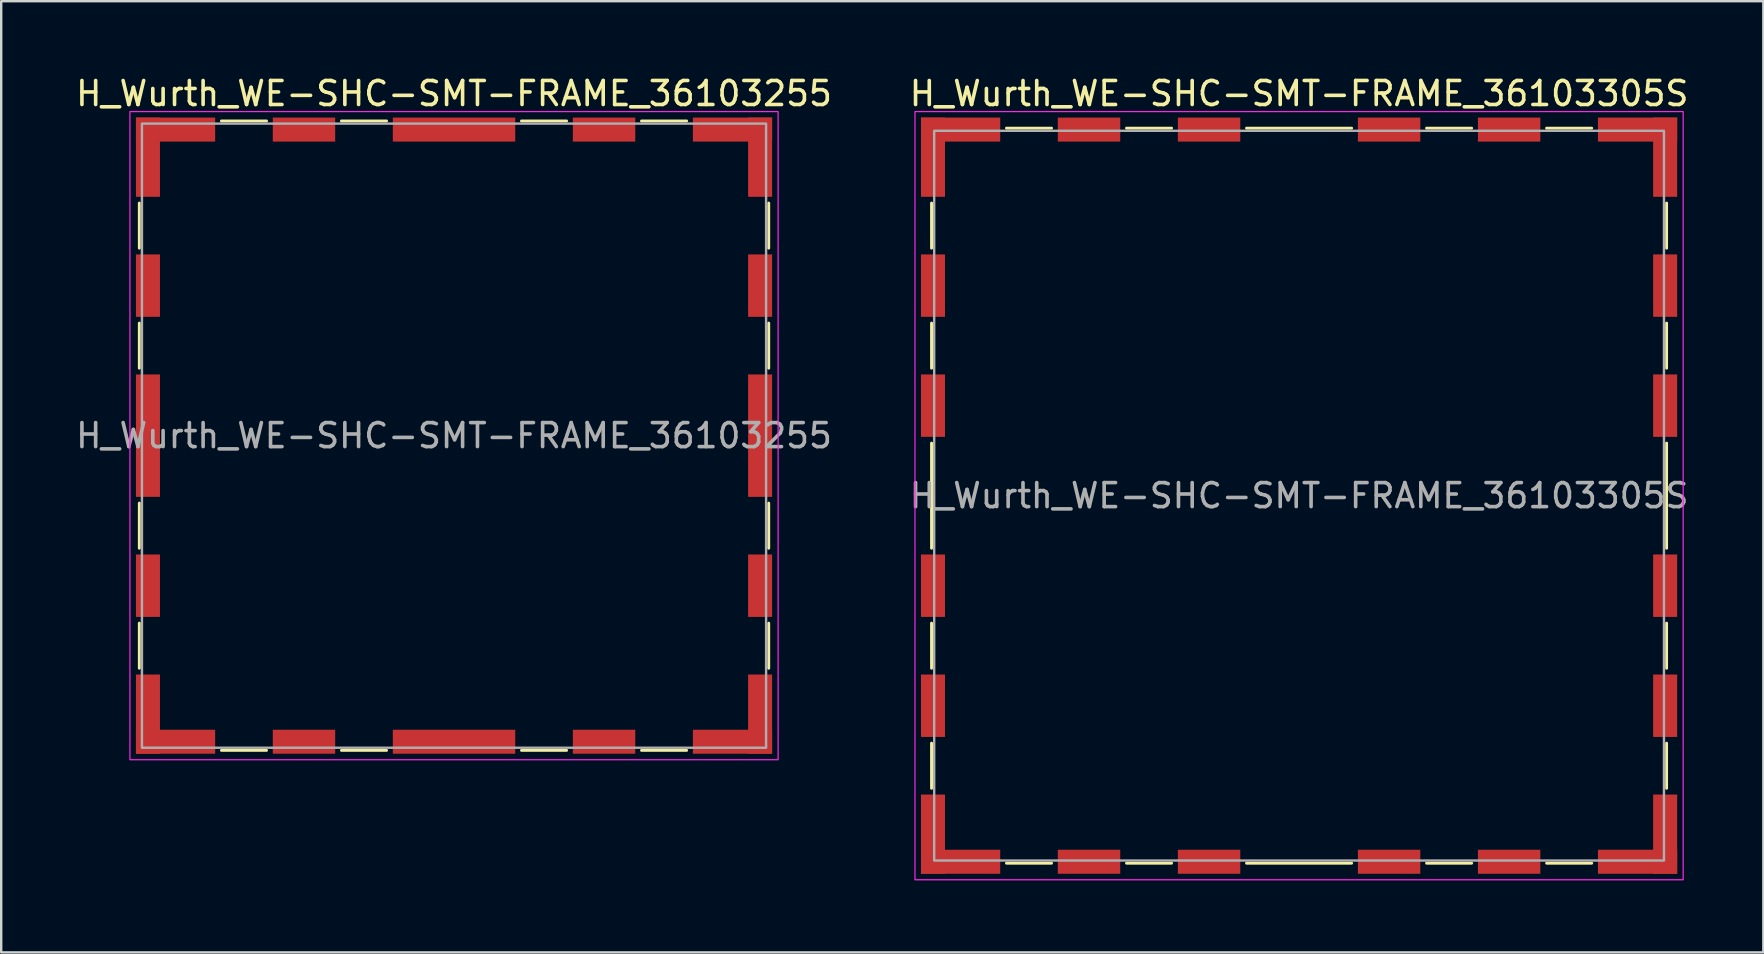
<source format=kicad_pcb>
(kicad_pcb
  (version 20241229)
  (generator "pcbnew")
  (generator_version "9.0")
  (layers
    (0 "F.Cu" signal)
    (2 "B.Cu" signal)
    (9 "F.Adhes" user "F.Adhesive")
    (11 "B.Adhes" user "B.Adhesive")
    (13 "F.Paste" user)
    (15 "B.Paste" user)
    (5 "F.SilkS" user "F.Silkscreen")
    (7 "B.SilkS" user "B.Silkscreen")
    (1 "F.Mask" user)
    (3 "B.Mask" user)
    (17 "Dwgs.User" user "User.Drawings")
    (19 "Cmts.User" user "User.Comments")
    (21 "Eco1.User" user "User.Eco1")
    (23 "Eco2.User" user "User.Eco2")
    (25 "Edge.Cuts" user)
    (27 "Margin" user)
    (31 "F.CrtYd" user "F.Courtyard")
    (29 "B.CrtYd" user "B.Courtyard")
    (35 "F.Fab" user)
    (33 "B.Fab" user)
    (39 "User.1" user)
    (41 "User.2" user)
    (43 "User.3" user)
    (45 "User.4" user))
  (footprint "H_Wurth_WE-SHC-SMT-FRAME_36103305S"
    (layer "F.Cu")
    (at 51.065 17.598)
    (property "Reference" "H_Wurth_WE-SHC-SMT-FRAME_36103305S" (at 0 -16.75 0) (unlocked yes) (layer "F.SilkS") (effects (font (size 1 1) (thickness 0.15))))
    (attr smd)
    (fp_line (start -15.31 -10.31) (end -15.31 -12.19) (stroke (width 0.12) (type default)) (layer "F.SilkS"))
    (fp_line (start -15.31 -5.31) (end -15.31 -7.19) (stroke (width 0.12) (type default)) (layer "F.SilkS"))
    (fp_line (start -15.31 2.19) (end -15.31 -2.19) (stroke (width 0.12) (type default)) (layer "F.SilkS"))
    (fp_line (start -15.31 7.19) (end -15.31 5.31) (stroke (width 0.12) (type default)) (layer "F.SilkS"))
    (fp_line (start -15.31 12.19) (end -15.31 10.31) (stroke (width 0.12) (type default)) (layer "F.SilkS"))
    (fp_line (start -12.19 -15.31) (end -10.31 -15.31) (stroke (width 0.12) (type default)) (layer "F.SilkS"))
    (fp_line (start -12.19 15.31) (end -10.31 15.31) (stroke (width 0.12) (type default)) (layer "F.SilkS"))
    (fp_line (start -7.19 -15.31) (end -5.31 -15.31) (stroke (width 0.12) (type default)) (layer "F.SilkS"))
    (fp_line (start -7.19 15.31) (end -5.31 15.31) (stroke (width 0.12) (type default)) (layer "F.SilkS"))
    (fp_line (start -2.19 -15.31) (end 2.19 -15.31) (stroke (width 0.12) (type default)) (layer "F.SilkS"))
    (fp_line (start -2.19 15.31) (end 2.19 15.31) (stroke (width 0.12) (type default)) (layer "F.SilkS"))
    (fp_line (start 5.31 -15.31) (end 7.19 -15.31) (stroke (width 0.12) (type default)) (layer "F.SilkS"))
    (fp_line (start 5.31 15.31) (end 7.19 15.31) (stroke (width 0.12) (type default)) (layer "F.SilkS"))
    (fp_line (start 10.31 -15.31) (end 12.19 -15.31) (stroke (width 0.12) (type default)) (layer "F.SilkS"))
    (fp_line (start 10.31 15.31) (end 12.19 15.31) (stroke (width 0.12) (type default)) (layer "F.SilkS"))
    (fp_line (start 15.31 -10.31) (end 15.31 -12.19) (stroke (width 0.12) (type default)) (layer "F.SilkS"))
    (fp_line (start 15.31 -5.31) (end 15.31 -7.19) (stroke (width 0.12) (type default)) (layer "F.SilkS"))
    (fp_line (start 15.31 2.19) (end 15.31 -2.19) (stroke (width 0.12) (type default)) (layer "F.SilkS"))
    (fp_line (start 15.31 7.19) (end 15.31 5.31) (stroke (width 0.12) (type default)) (layer "F.SilkS"))
    (fp_line (start 15.31 12.19) (end 15.31 10.31) (stroke (width 0.12) (type default)) (layer "F.SilkS"))
    (fp_rect (start -16 -16) (end 16 16) (stroke (width 0.05) (type solid)) (fill no) (layer "F.CrtYd"))
    (fp_rect (start -15.2 -15.2) (end 15.2 15.2) (stroke (width 0.1) (type solid)) (fill no) (layer "F.Fab"))
    (fp_text user "${REFERENCE}" (at 0 0 0) (unlocked yes) (layer "F.Fab") (effects (font (size 1 1) (thickness 0.15))))
    (pad "1" smd rect (at -15.25 -14.1) (size 1 3.3) (layers "F.Cu" "F.Mask" "F.Paste"))
    (pad "1" smd rect (at -15.25 -8.75) (size 1 2.6) (layers "F.Cu" "F.Mask" "F.Paste"))
    (pad "1" smd rect (at -15.25 -3.75) (size 1 2.6) (layers "F.Cu" "F.Mask" "F.Paste"))
    (pad "1" smd rect (at -15.25 3.75) (size 1 2.6) (layers "F.Cu" "F.Mask" "F.Paste"))
    (pad "1" smd rect (at -15.25 8.75) (size 1 2.6) (layers "F.Cu" "F.Mask" "F.Paste"))
    (pad "1" smd rect (at -15.25 14.1) (size 1 3.3) (layers "F.Cu" "F.Mask" "F.Paste"))
    (pad "1" smd rect (at -14.1 -15.25) (size 3.3 1) (layers "F.Cu" "F.Mask" "F.Paste"))
    (pad "1" smd rect (at -14.1 15.25) (size 3.3 1) (layers "F.Cu" "F.Mask" "F.Paste"))
    (pad "1" smd rect (at -8.75 -15.25) (size 2.6 1) (layers "F.Cu" "F.Mask" "F.Paste"))
    (pad "1" smd rect (at -8.75 15.25) (size 2.6 1) (layers "F.Cu" "F.Mask" "F.Paste"))
    (pad "1" smd rect (at -3.75 -15.25) (size 2.6 1) (layers "F.Cu" "F.Mask" "F.Paste"))
    (pad "1" smd rect (at -3.75 15.25) (size 2.6 1) (layers "F.Cu" "F.Mask" "F.Paste"))
    (pad "1" smd rect (at 3.75 -15.25) (size 2.6 1) (layers "F.Cu" "F.Mask" "F.Paste"))
    (pad "1" smd rect (at 3.75 15.25) (size 2.6 1) (layers "F.Cu" "F.Mask" "F.Paste"))
    (pad "1" smd rect (at 8.75 -15.25) (size 2.6 1) (layers "F.Cu" "F.Mask" "F.Paste"))
    (pad "1" smd rect (at 8.75 15.25) (size 2.6 1) (layers "F.Cu" "F.Mask" "F.Paste"))
    (pad "1" smd rect (at 14.1 -15.25) (size 3.3 1) (layers "F.Cu" "F.Mask" "F.Paste"))
    (pad "1" smd rect (at 14.1 15.25) (size 3.3 1) (layers "F.Cu" "F.Mask" "F.Paste"))
    (pad "1" smd rect (at 15.25 -14.1) (size 1 3.3) (layers "F.Cu" "F.Mask" "F.Paste"))
    (pad "1" smd rect (at 15.25 -8.75) (size 1 2.6) (layers "F.Cu" "F.Mask" "F.Paste"))
    (pad "1" smd rect (at 15.25 -3.75) (size 1 2.6) (layers "F.Cu" "F.Mask" "F.Paste"))
    (pad "1" smd rect (at 15.25 3.75) (size 1 2.6) (layers "F.Cu" "F.Mask" "F.Paste"))
    (pad "1" smd rect (at 15.25 8.75) (size 1 2.6) (layers "F.Cu" "F.Mask" "F.Paste"))
    (pad "1" smd rect (at 15.25 14.1) (size 1 3.3) (layers "F.Cu" "F.Mask" "F.Paste")))
  (footprint "H_Wurth_WE-SHC-SMT-FRAME_36103255"
    (layer "F.Cu")
    (at 15.863 15.098)
    (property "Reference" "H_Wurth_WE-SHC-SMT-FRAME_36103255" (at 0 -14.25 0) (unlocked yes) (layer "F.SilkS") (effects (font (size 1 1) (thickness 0.15))))
    (attr smd)
    (fp_line (start -13.11 -7.81) (end -13.11 -9.69) (stroke (width 0.12) (type default)) (layer "F.SilkS"))
    (fp_line (start -13.11 -2.81) (end -13.11 -4.69) (stroke (width 0.12) (type default)) (layer "F.SilkS"))
    (fp_line (start -13.11 4.69) (end -13.11 2.81) (stroke (width 0.12) (type default)) (layer "F.SilkS"))
    (fp_line (start -13.11 9.69) (end -13.11 7.81) (stroke (width 0.12) (type default)) (layer "F.SilkS"))
    (fp_line (start -9.69 -13.11) (end -7.81 -13.11) (stroke (width 0.12) (type default)) (layer "F.SilkS"))
    (fp_line (start -9.69 13.11) (end -7.81 13.11) (stroke (width 0.12) (type default)) (layer "F.SilkS"))
    (fp_line (start -4.69 -13.11) (end -2.81 -13.11) (stroke (width 0.12) (type default)) (layer "F.SilkS"))
    (fp_line (start -4.69 13.11) (end -2.81 13.11) (stroke (width 0.12) (type default)) (layer "F.SilkS"))
    (fp_line (start 2.81 -13.11) (end 4.69 -13.11) (stroke (width 0.12) (type default)) (layer "F.SilkS"))
    (fp_line (start 2.81 13.11) (end 4.69 13.11) (stroke (width 0.12) (type default)) (layer "F.SilkS"))
    (fp_line (start 7.81 -13.11) (end 9.69 -13.11) (stroke (width 0.12) (type default)) (layer "F.SilkS"))
    (fp_line (start 7.81 13.11) (end 9.69 13.11) (stroke (width 0.12) (type default)) (layer "F.SilkS"))
    (fp_line (start 13.11 -7.81) (end 13.11 -9.69) (stroke (width 0.12) (type default)) (layer "F.SilkS"))
    (fp_line (start 13.11 -2.81) (end 13.11 -4.69) (stroke (width 0.12) (type default)) (layer "F.SilkS"))
    (fp_line (start 13.11 4.69) (end 13.11 2.81) (stroke (width 0.12) (type default)) (layer "F.SilkS"))
    (fp_line (start 13.11 9.69) (end 13.11 7.81) (stroke (width 0.12) (type default)) (layer "F.SilkS"))
    (fp_rect (start -13.5 -13.5) (end 13.5 13.5) (stroke (width 0.05) (type solid)) (fill no) (layer "F.CrtYd"))
    (fp_rect (start -13 -13) (end 13 13) (stroke (width 0.1) (type solid)) (fill no) (layer "F.Fab"))
    (fp_text user "${REFERENCE}" (at 0 0 0) (unlocked yes) (layer "F.Fab") (effects (font (size 1 1) (thickness 0.15))))
    (pad "1" smd rect (at -12.75 -11.6) (size 1 3.3) (layers "F.Cu" "F.Mask" "F.Paste"))
    (pad "1" smd rect (at -12.75 -6.25) (size 1 2.6) (layers "F.Cu" "F.Mask" "F.Paste"))
    (pad "1" smd rect (at -12.75 0) (size 1 5.1) (layers "F.Cu" "F.Mask" "F.Paste"))
    (pad "1" smd rect (at -12.75 6.25) (size 1 2.6) (layers "F.Cu" "F.Mask" "F.Paste"))
    (pad "1" smd rect (at -12.75 11.6) (size 1 3.3) (layers "F.Cu" "F.Mask" "F.Paste"))
    (pad "1" smd rect (at -11.6 -12.75) (size 3.3 1) (layers "F.Cu" "F.Mask" "F.Paste"))
    (pad "1" smd rect (at -11.6 12.75) (size 3.3 1) (layers "F.Cu" "F.Mask" "F.Paste"))
    (pad "1" smd rect (at -6.25 -12.75) (size 2.6 1) (layers "F.Cu" "F.Mask" "F.Paste"))
    (pad "1" smd rect (at -6.25 12.75) (size 2.6 1) (layers "F.Cu" "F.Mask" "F.Paste"))
    (pad "1" smd rect (at 0 -12.75) (size 5.1 1) (layers "F.Cu" "F.Mask" "F.Paste"))
    (pad "1" smd rect (at 0 12.75) (size 5.1 1) (layers "F.Cu" "F.Mask" "F.Paste"))
    (pad "1" smd rect (at 6.25 -12.75) (size 2.6 1) (layers "F.Cu" "F.Mask" "F.Paste"))
    (pad "1" smd rect (at 6.25 12.75) (size 2.6 1) (layers "F.Cu" "F.Mask" "F.Paste"))
    (pad "1" smd rect (at 11.6 -12.75) (size 3.3 1) (layers "F.Cu" "F.Mask" "F.Paste"))
    (pad "1" smd rect (at 11.6 12.75) (size 3.3 1) (layers "F.Cu" "F.Mask" "F.Paste"))
    (pad "1" smd rect (at 12.75 -11.6) (size 1 3.3) (layers "F.Cu" "F.Mask" "F.Paste"))
    (pad "1" smd rect (at 12.75 -6.25) (size 1 2.6) (layers "F.Cu" "F.Mask" "F.Paste"))
    (pad "1" smd rect (at 12.75 0) (size 1 5.1) (layers "F.Cu" "F.Mask" "F.Paste"))
    (pad "1" smd rect (at 12.75 6.25) (size 1 2.6) (layers "F.Cu" "F.Mask" "F.Paste"))
    (pad "1" smd rect (at 12.75 11.6) (size 1 3.3) (layers "F.Cu" "F.Mask" "F.Paste")))
  (gr_rect
    (start -3 -3)
    (end 70.405 36.623)
    (stroke (width 0.1) (type default))
    (fill no)
    (layer "Edge.Cuts")))
</source>
